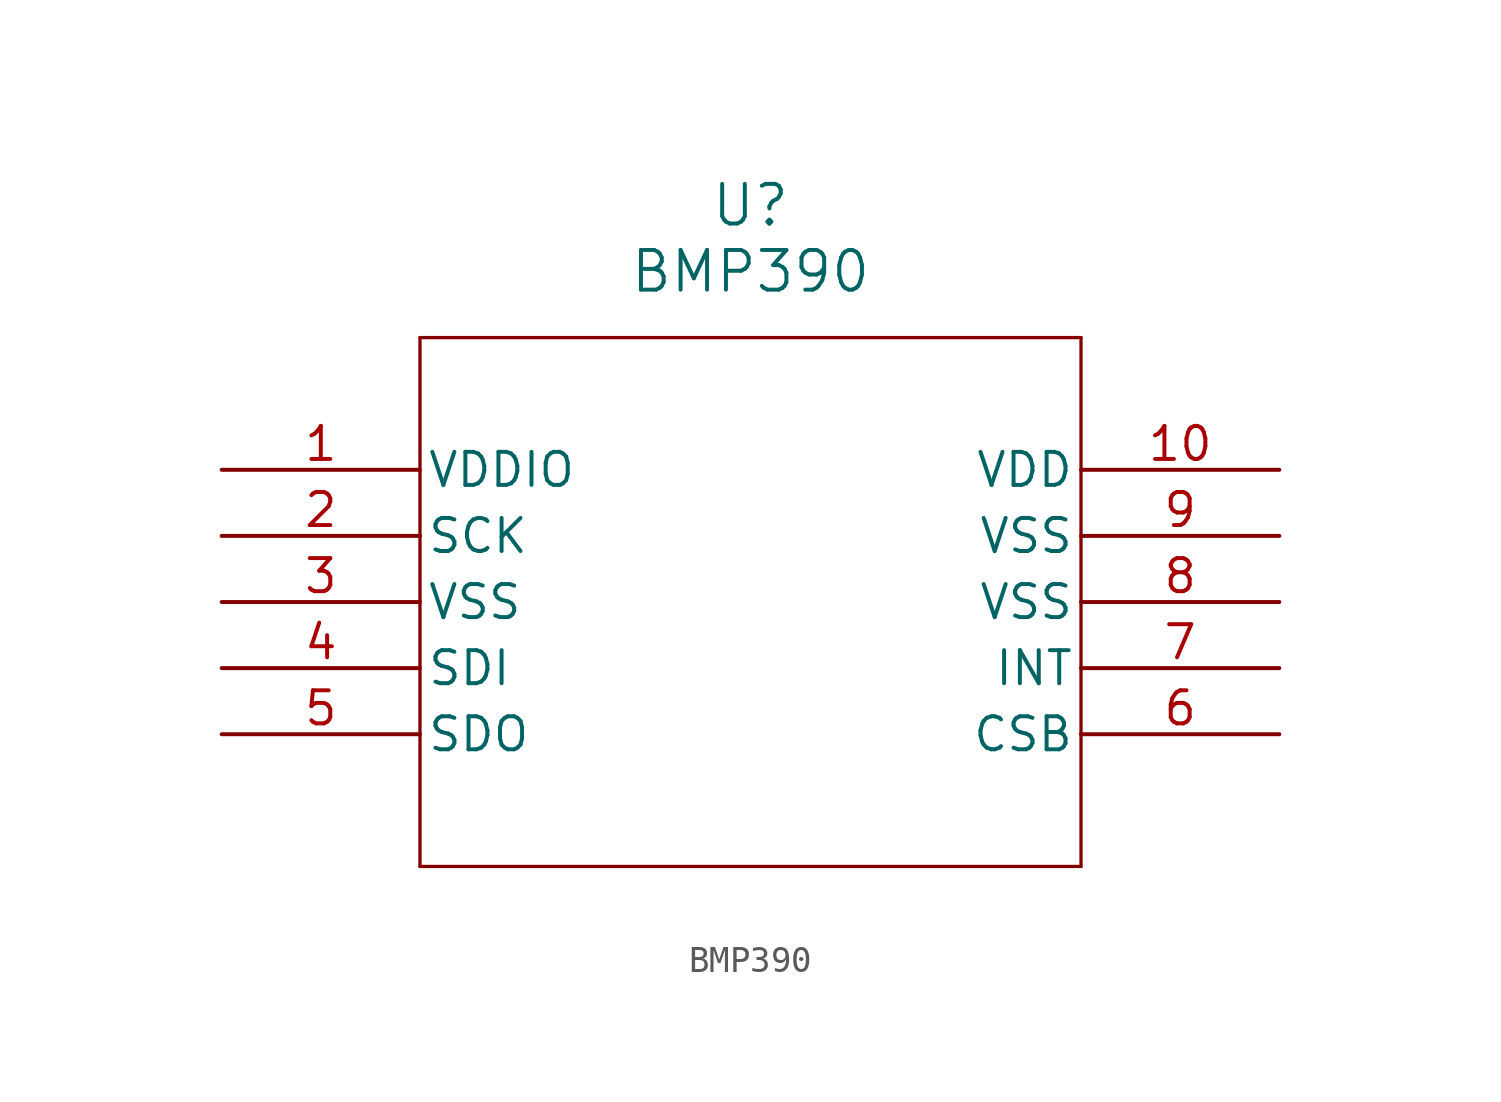
<source format=kicad_sym>
(kicad_symbol_lib
  (version 20211014)
  (generator kicad_symbol_editor)
  (symbol "BMP390"
    (pin_names
      (offset 0.254))
    (property "Reference" "U"
      (at 20.32 10.16 0)
      (effects (font (size 1.524 1.524))))
    (property "Value" "BMP390"
      (at 20.32 7.62 0)
      (effects (font (size 1.524 1.524))))
    (symbol "BMP390_0_1"
      (polyline (pts (xy 7.62 5.08) (xy 7.62 -15.24)) (stroke (width 0.127) (type default) (color 0 0 0 0)) (fill (type none)))
      (polyline (pts (xy 7.62 -15.24) (xy 33.02 -15.24)) (stroke (width 0.127) (type default) (color 0 0 0 0)) (fill (type none)))
      (polyline (pts (xy 33.02 -15.24) (xy 33.02 5.08)) (stroke (width 0.127) (type default) (color 0 0 0 0)) (fill (type none)))
      (polyline (pts (xy 33.02 5.08) (xy 7.62 5.08)) (stroke (width 0.127) (type default) (color 0 0 0 0)) (fill (type none)))
      (pin power_in line (at 0 0 0) (length 7.62) (name "VDDIO" (effects (font (size 1.27 1.27)))) (number "1" (effects (font (size 1.27 1.27)))))
      (pin input line (at 0 -2.54 0) (length 7.62) (name "SCK" (effects (font (size 1.27 1.27)))) (number "2" (effects (font (size 1.27 1.27)))))
      (pin power_out line (at 0 -5.08 0) (length 7.62) (name "VSS" (effects (font (size 1.27 1.27)))) (number "3" (effects (font (size 1.27 1.27)))))
      (pin bidirectional line (at 0 -7.62 0) (length 7.62) (name "SDI" (effects (font (size 1.27 1.27)))) (number "4" (effects (font (size 1.27 1.27)))))
      (pin bidirectional line (at 0 -10.16 0) (length 7.62) (name "SDO" (effects (font (size 1.27 1.27)))) (number "5" (effects (font (size 1.27 1.27)))))
      (pin input line (at 40.64 -10.16 180) (length 7.62) (name "CSB" (effects (font (size 1.27 1.27)))) (number "6" (effects (font (size 1.27 1.27)))))
      (pin input line (at 40.64 -7.62 180) (length 7.62) (name "INT" (effects (font (size 1.27 1.27)))) (number "7" (effects (font (size 1.27 1.27)))))
      (pin power_out line (at 40.64 -5.08 180) (length 7.62) (name "VSS" (effects (font (size 1.27 1.27)))) (number "8" (effects (font (size 1.27 1.27)))))
      (pin power_out line (at 40.64 -2.54 180) (length 7.62) (name "VSS" (effects (font (size 1.27 1.27)))) (number "9" (effects (font (size 1.27 1.27)))))
      (pin power_in line (at 40.64 0 180) (length 7.62) (name "VDD" (effects (font (size 1.27 1.27)))) (number "10" (effects (font (size 1.27 1.27))))))))
</source>
